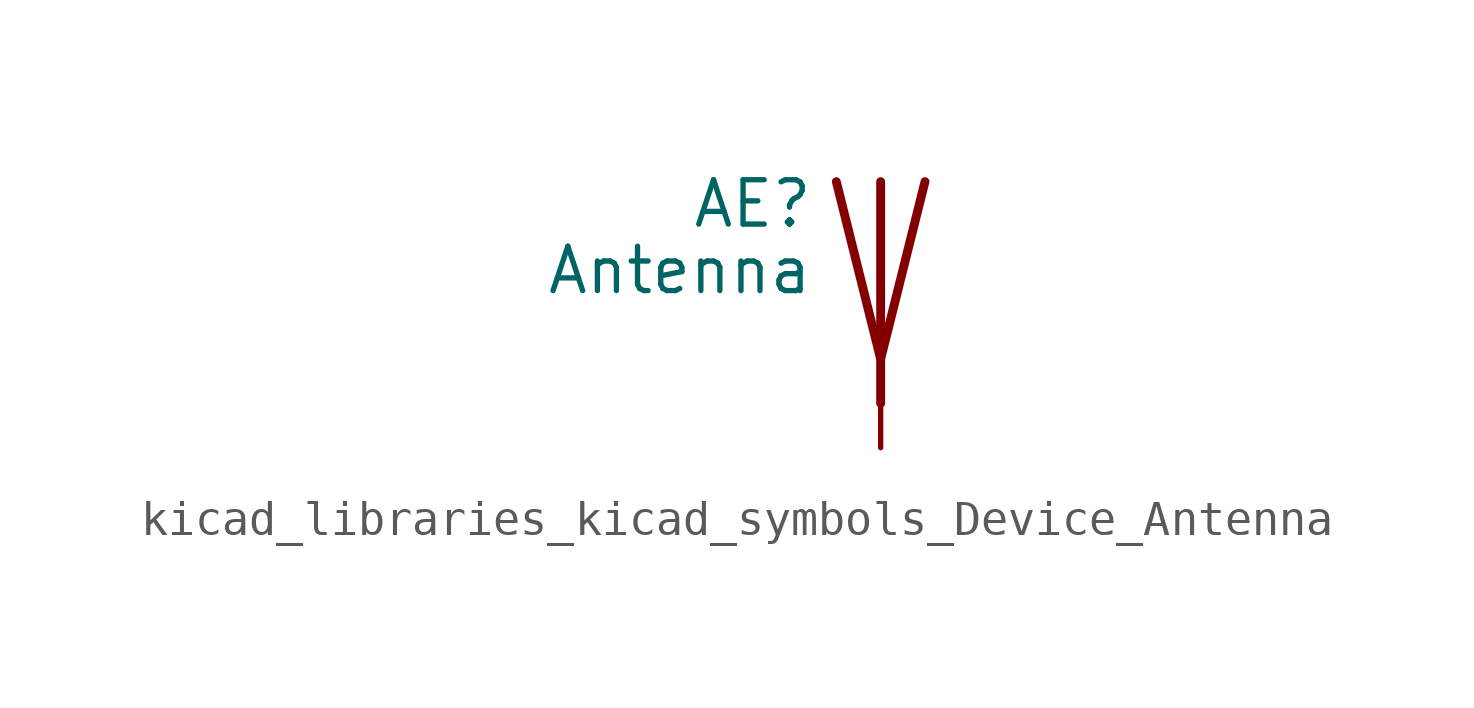
<source format=kicad_sym>
(kicad_symbol_lib
  (version 20220914)
  (generator kicad_symbol_editor)
  (symbol "kicad_libraries_kicad_symbols_Device_Antenna"
    (pin_numbers hide)
    (pin_names
      (offset 1.016) hide)
    (property "Reference" "AE"
      (at -1.905 1.905 0)
      (effects (font (size 1.27 1.27)) (justify right)))
    (property "Value" "Antenna"
      (at -1.905 0 0)
      (effects (font (size 1.27 1.27)) (justify right)))
    (symbol "kicad_libraries_kicad_symbols_Device_Antenna_0_1"
      (polyline (pts (xy 0 2.54) (xy 0 -3.81)) (stroke (width 0.254) (type default)) (fill (type none)))
      (polyline (pts (xy 1.27 2.54) (xy 0 -2.54) (xy -1.27 2.54)) (stroke (width 0.254) (type default)) (fill (type none))))
    (symbol "kicad_libraries_kicad_symbols_Device_Antenna_1_1"
      (pin input line (at 0 -5.08 90) (length 2.54) (name "A" (effects (font (size 1.27 1.27)))) (number "1" (effects (font (size 1.27 1.27))))))))
</source>
